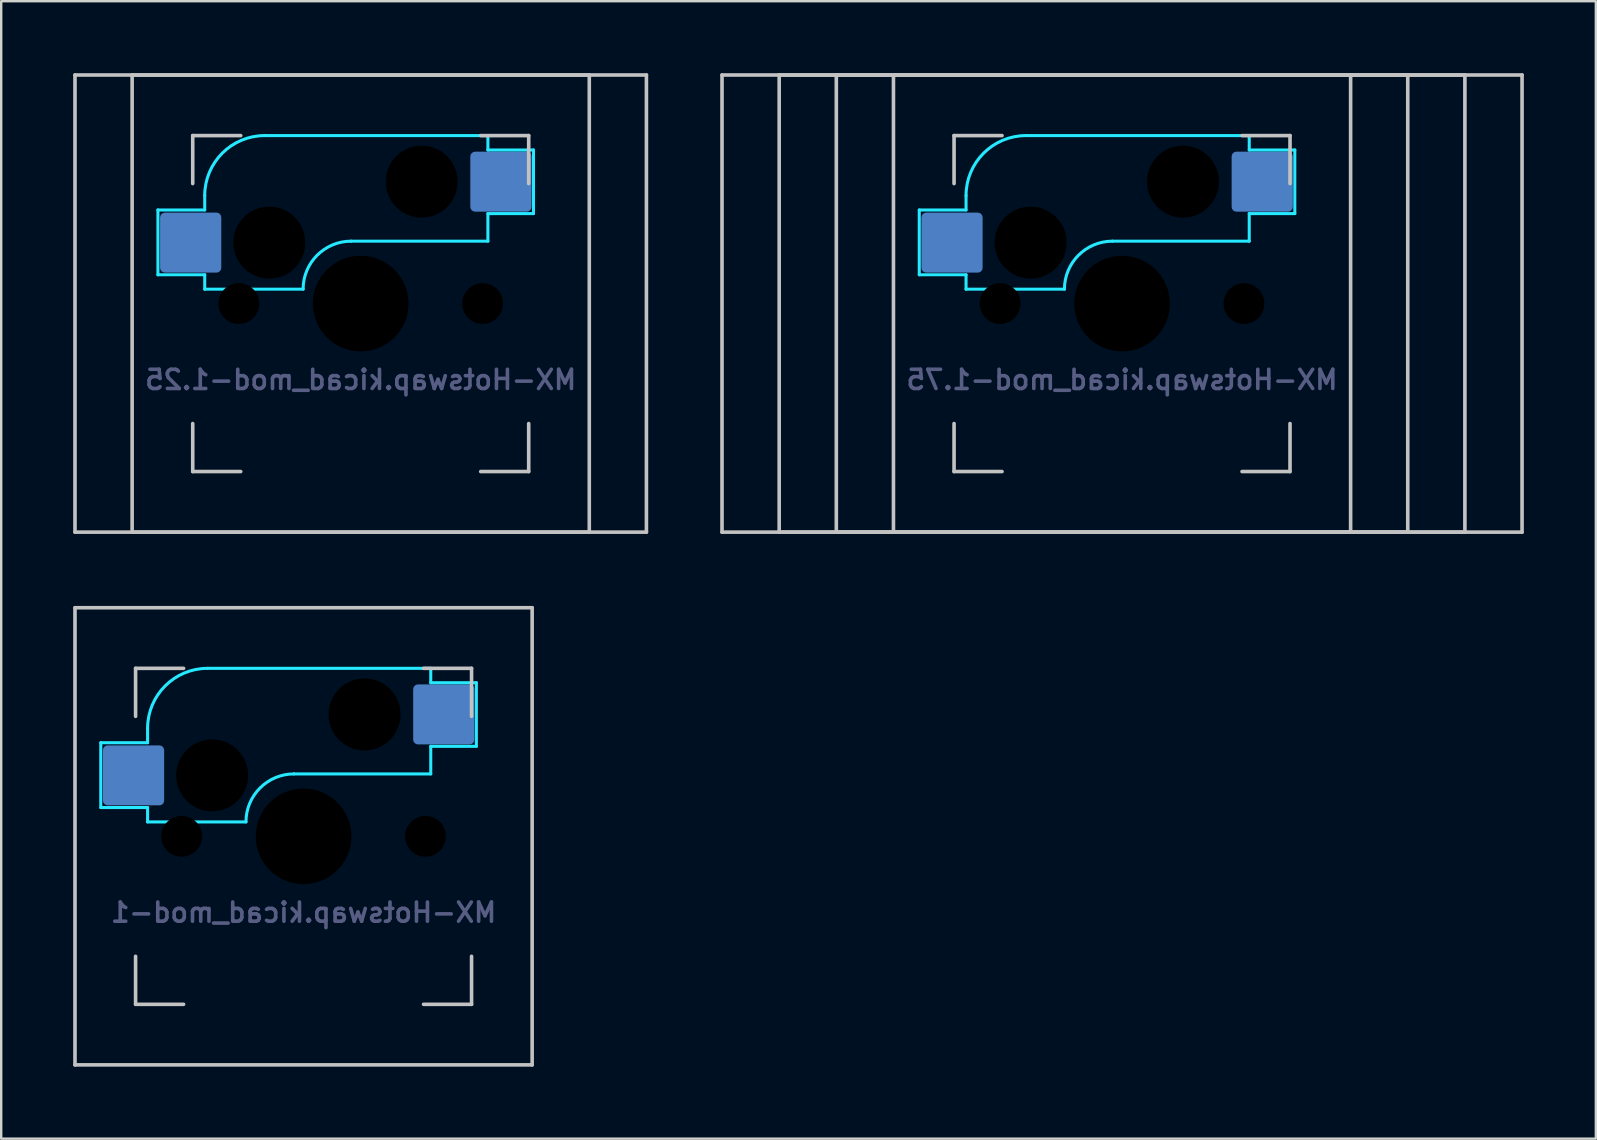
<source format=kicad_pcb>
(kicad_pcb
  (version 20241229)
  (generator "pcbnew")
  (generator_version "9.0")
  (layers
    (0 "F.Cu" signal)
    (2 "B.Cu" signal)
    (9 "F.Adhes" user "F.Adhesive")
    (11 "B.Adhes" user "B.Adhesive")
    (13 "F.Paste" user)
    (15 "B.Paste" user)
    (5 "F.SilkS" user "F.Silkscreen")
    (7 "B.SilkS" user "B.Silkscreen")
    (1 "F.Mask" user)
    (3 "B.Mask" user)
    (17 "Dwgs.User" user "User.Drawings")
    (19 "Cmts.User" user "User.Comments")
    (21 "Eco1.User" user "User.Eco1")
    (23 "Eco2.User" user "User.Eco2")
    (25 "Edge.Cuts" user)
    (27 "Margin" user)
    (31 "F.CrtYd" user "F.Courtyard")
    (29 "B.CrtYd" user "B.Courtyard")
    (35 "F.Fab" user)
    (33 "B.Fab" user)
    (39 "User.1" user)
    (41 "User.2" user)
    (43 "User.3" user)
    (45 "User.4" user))
  (footprint "MX-Hotswap.kicad_mod-1"
    (layer "F.Cu")
    (at 9.6 31.8)
    (property "Reference" "MX-Hotswap.kicad_mod-1" (at 0 3.175 0) (layer "B.Fab") (effects (font (size 0.8 0.8) (thickness 0.15)) (justify mirror)))
    (attr smd)
    (fp_line (start -9.525 9.525) (end -9.525 -9.525) (stroke (width 0.15) (type solid)) (layer "Dwgs.User"))
    (fp_line (start -7 -7) (end -7 -5) (stroke (width 0.15) (type solid)) (layer "Dwgs.User"))
    (fp_line (start -7 5) (end -7 7) (stroke (width 0.15) (type solid)) (layer "Dwgs.User"))
    (fp_line (start -7 7) (end -5 7) (stroke (width 0.15) (type solid)) (layer "Dwgs.User"))
    (fp_line (start -5 -7) (end -7 -7) (stroke (width 0.15) (type solid)) (layer "Dwgs.User"))
    (fp_line (start 5 -7) (end 7 -7) (stroke (width 0.15) (type solid)) (layer "Dwgs.User"))
    (fp_line (start 5 7) (end 7 7) (stroke (width 0.15) (type solid)) (layer "Dwgs.User"))
    (fp_line (start 7 -7) (end 7 -5) (stroke (width 0.15) (type solid)) (layer "Dwgs.User"))
    (fp_line (start 7 7) (end 7 5) (stroke (width 0.15) (type solid)) (layer "Dwgs.User"))
    (fp_line (start 9.525 -9.525) (end -9.525 -9.525) (stroke (width 0.15) (type solid)) (layer "Dwgs.User"))
    (fp_line (start 9.525 9.525) (end -9.525 9.525) (stroke (width 0.15) (type solid)) (layer "Dwgs.User"))
    (fp_line (start 9.525 9.525) (end 9.525 -9.525) (stroke (width 0.15) (type solid)) (layer "Dwgs.User"))
    (fp_line (start -8.45 -3.9) (end -8.45 -1.2) (stroke (width 0.127) (type solid)) (layer "B.CrtYd"))
    (fp_line (start -8.45 -1.2) (end -6.5 -1.2) (stroke (width 0.127) (type solid)) (layer "B.CrtYd"))
    (fp_line (start -6.5 -4.5) (end -6.5 -3.9) (stroke (width 0.127) (type solid)) (layer "B.CrtYd"))
    (fp_line (start -6.5 -3.9) (end -8.45 -3.9) (stroke (width 0.127) (type solid)) (layer "B.CrtYd"))
    (fp_line (start -6.5 -0.6) (end -6.5 -1.2) (stroke (width 0.127) (type solid)) (layer "B.CrtYd"))
    (fp_line (start -6.5 -0.6) (end -2.4 -0.6) (stroke (width 0.127) (type solid)) (layer "B.CrtYd"))
    (fp_line (start -0.4 -2.6) (end 5.3 -2.6) (stroke (width 0.127) (type solid)) (layer "B.CrtYd"))
    (fp_line (start 5.3 -7) (end -4 -7) (stroke (width 0.127) (type solid)) (layer "B.CrtYd"))
    (fp_line (start 5.3 -7) (end 5.3 -6.4) (stroke (width 0.127) (type solid)) (layer "B.CrtYd"))
    (fp_line (start 5.3 -6.4) (end 7.2 -6.4) (stroke (width 0.127) (type solid)) (layer "B.CrtYd"))
    (fp_line (start 5.3 -2.6) (end 5.3 -3.75) (stroke (width 0.127) (type solid)) (layer "B.CrtYd"))
    (fp_line (start 7.2 -6.4) (end 7.2 -3.75) (stroke (width 0.127) (type solid)) (layer "B.CrtYd"))
    (fp_line (start 7.2 -3.75) (end 5.3 -3.75) (stroke (width 0.127) (type solid)) (layer "B.CrtYd"))
    (fp_arc (start -6.5 -4.5) (mid -5.767767 -6.267767) (end -4 -7) (stroke (width 0.127) (type solid)) (layer "B.CrtYd"))
    (fp_arc (start -2.4 -0.6) (mid -1.814214 -2.014214) (end -0.4 -2.6) (stroke (width 0.127) (type solid)) (layer "B.CrtYd"))
    (pad "" np_thru_hole circle (at -5.08 0 48.099) (size 1.702 1.702) (drill 1.702) (layers "*.Mask"))
    (pad "" np_thru_hole circle (at -3.81 -2.54) (size 3 3) (drill 3) (layers "*.Mask"))
    (pad "" np_thru_hole circle (at 0 0) (size 3.988 3.988) (drill 3.988) (layers "*.Mask"))
    (pad "" np_thru_hole circle (at 2.54 -5.08) (size 3 3) (drill 3) (layers "*.Mask"))
    (pad "" np_thru_hole circle (at 5.08 0 48.099) (size 1.702 1.702) (drill 1.702) (layers "*.Mask"))
    (pad "1" smd roundrect (at -7.085 -2.54) (size 2.55 2.5) (layers "B.Cu" "B.Mask" "B.Paste") (roundrect_rratio 0.08))
    (pad "2" smd roundrect (at 5.842 -5.08) (size 2.55 2.5) (layers "B.Cu" "B.Mask" "B.Paste") (roundrect_rratio 0.08)))
  (footprint "MX-Hotswap.kicad_mod-1.25"
    (layer "F.Cu")
    (at 11.981 9.6)
    (property "Reference" "MX-Hotswap.kicad_mod-1.25" (at 0 3.175 0) (layer "B.Fab") (effects (font (size 0.8 0.8) (thickness 0.15)) (justify mirror)))
    (attr smd)
    (fp_line (start -11.906 9.525) (end -11.906 -9.525) (stroke (width 0.15) (type solid)) (layer "Dwgs.User"))
    (fp_line (start -9.525 9.525) (end -9.525 -9.525) (stroke (width 0.15) (type solid)) (layer "Dwgs.User"))
    (fp_line (start -7 -7) (end -7 -5) (stroke (width 0.15) (type solid)) (layer "Dwgs.User"))
    (fp_line (start -7 5) (end -7 7) (stroke (width 0.15) (type solid)) (layer "Dwgs.User"))
    (fp_line (start -7 7) (end -5 7) (stroke (width 0.15) (type solid)) (layer "Dwgs.User"))
    (fp_line (start -5 -7) (end -7 -7) (stroke (width 0.15) (type solid)) (layer "Dwgs.User"))
    (fp_line (start 5 -7) (end 7 -7) (stroke (width 0.15) (type solid)) (layer "Dwgs.User"))
    (fp_line (start 5 7) (end 7 7) (stroke (width 0.15) (type solid)) (layer "Dwgs.User"))
    (fp_line (start 7 -7) (end 7 -5) (stroke (width 0.15) (type solid)) (layer "Dwgs.User"))
    (fp_line (start 7 7) (end 7 5) (stroke (width 0.15) (type solid)) (layer "Dwgs.User"))
    (fp_line (start 9.525 -9.525) (end -9.525 -9.525) (stroke (width 0.15) (type solid)) (layer "Dwgs.User"))
    (fp_line (start 9.525 9.525) (end -9.525 9.525) (stroke (width 0.15) (type solid)) (layer "Dwgs.User"))
    (fp_line (start 9.525 9.525) (end 9.525 -9.525) (stroke (width 0.15) (type solid)) (layer "Dwgs.User"))
    (fp_line (start 11.906 -9.525) (end -11.906 -9.525) (stroke (width 0.15) (type solid)) (layer "Dwgs.User"))
    (fp_line (start 11.906 9.525) (end -11.906 9.525) (stroke (width 0.15) (type solid)) (layer "Dwgs.User"))
    (fp_line (start 11.906 9.525) (end 11.906 -9.525) (stroke (width 0.15) (type solid)) (layer "Dwgs.User"))
    (fp_line (start -8.45 -3.9) (end -8.45 -1.2) (stroke (width 0.127) (type solid)) (layer "B.CrtYd"))
    (fp_line (start -8.45 -1.2) (end -6.5 -1.2) (stroke (width 0.127) (type solid)) (layer "B.CrtYd"))
    (fp_line (start -6.5 -4.5) (end -6.5 -3.9) (stroke (width 0.127) (type solid)) (layer "B.CrtYd"))
    (fp_line (start -6.5 -3.9) (end -8.45 -3.9) (stroke (width 0.127) (type solid)) (layer "B.CrtYd"))
    (fp_line (start -6.5 -0.6) (end -6.5 -1.2) (stroke (width 0.127) (type solid)) (layer "B.CrtYd"))
    (fp_line (start -6.5 -0.6) (end -2.4 -0.6) (stroke (width 0.127) (type solid)) (layer "B.CrtYd"))
    (fp_line (start -0.4 -2.6) (end 5.3 -2.6) (stroke (width 0.127) (type solid)) (layer "B.CrtYd"))
    (fp_line (start 5.3 -7) (end -4 -7) (stroke (width 0.127) (type solid)) (layer "B.CrtYd"))
    (fp_line (start 5.3 -7) (end 5.3 -6.4) (stroke (width 0.127) (type solid)) (layer "B.CrtYd"))
    (fp_line (start 5.3 -6.4) (end 7.2 -6.4) (stroke (width 0.127) (type solid)) (layer "B.CrtYd"))
    (fp_line (start 5.3 -2.6) (end 5.3 -3.75) (stroke (width 0.127) (type solid)) (layer "B.CrtYd"))
    (fp_line (start 7.2 -6.4) (end 7.2 -3.75) (stroke (width 0.127) (type solid)) (layer "B.CrtYd"))
    (fp_line (start 7.2 -3.75) (end 5.3 -3.75) (stroke (width 0.127) (type solid)) (layer "B.CrtYd"))
    (fp_arc (start -6.5 -4.5) (mid -5.767767 -6.267767) (end -4 -7) (stroke (width 0.127) (type solid)) (layer "B.CrtYd"))
    (fp_arc (start -2.4 -0.6) (mid -1.814214 -2.014214) (end -0.4 -2.6) (stroke (width 0.127) (type solid)) (layer "B.CrtYd"))
    (pad "" np_thru_hole circle (at -5.08 0 48.099) (size 1.702 1.702) (drill 1.702) (layers "*.Mask"))
    (pad "" np_thru_hole circle (at -3.81 -2.54) (size 3 3) (drill 3) (layers "*.Mask"))
    (pad "" np_thru_hole circle (at 0 0) (size 3.988 3.988) (drill 3.988) (layers "*.Mask"))
    (pad "" np_thru_hole circle (at 2.54 -5.08) (size 3 3) (drill 3) (layers "*.Mask"))
    (pad "" np_thru_hole circle (at 5.08 0 48.099) (size 1.702 1.702) (drill 1.702) (layers "*.Mask"))
    (pad "1" smd roundrect (at -7.085 -2.54) (size 2.55 2.5) (layers "B.Cu" "B.Mask" "B.Paste") (roundrect_rratio 0.08))
    (pad "2" smd roundrect (at 5.842 -5.08) (size 2.55 2.5) (layers "B.Cu" "B.Mask" "B.Paste") (roundrect_rratio 0.08)))
  (footprint "MX-Hotswap.kicad_mod-1.75"
    (layer "F.Cu")
    (at 43.706 9.6)
    (property "Reference" "MX-Hotswap.kicad_mod-1.75" (at 0 3.175 0) (layer "B.Fab") (effects (font (size 0.8 0.8) (thickness 0.15)) (justify mirror)))
    (attr smd)
    (fp_line (start -16.669 9.525) (end -16.669 -9.525) (stroke (width 0.15) (type solid)) (layer "Dwgs.User"))
    (fp_line (start -14.287 9.525) (end -14.287 -9.525) (stroke (width 0.15) (type solid)) (layer "Dwgs.User"))
    (fp_line (start -11.906 9.525) (end -11.906 -9.525) (stroke (width 0.15) (type solid)) (layer "Dwgs.User"))
    (fp_line (start -9.525 9.525) (end -9.525 -9.525) (stroke (width 0.15) (type solid)) (layer "Dwgs.User"))
    (fp_line (start -7 -7) (end -7 -5) (stroke (width 0.15) (type solid)) (layer "Dwgs.User"))
    (fp_line (start -7 5) (end -7 7) (stroke (width 0.15) (type solid)) (layer "Dwgs.User"))
    (fp_line (start -7 7) (end -5 7) (stroke (width 0.15) (type solid)) (layer "Dwgs.User"))
    (fp_line (start -5 -7) (end -7 -7) (stroke (width 0.15) (type solid)) (layer "Dwgs.User"))
    (fp_line (start 5 -7) (end 7 -7) (stroke (width 0.15) (type solid)) (layer "Dwgs.User"))
    (fp_line (start 5 7) (end 7 7) (stroke (width 0.15) (type solid)) (layer "Dwgs.User"))
    (fp_line (start 7 -7) (end 7 -5) (stroke (width 0.15) (type solid)) (layer "Dwgs.User"))
    (fp_line (start 7 7) (end 7 5) (stroke (width 0.15) (type solid)) (layer "Dwgs.User"))
    (fp_line (start 9.525 -9.525) (end -9.525 -9.525) (stroke (width 0.15) (type solid)) (layer "Dwgs.User"))
    (fp_line (start 9.525 9.525) (end -9.525 9.525) (stroke (width 0.15) (type solid)) (layer "Dwgs.User"))
    (fp_line (start 9.525 9.525) (end 9.525 -9.525) (stroke (width 0.15) (type solid)) (layer "Dwgs.User"))
    (fp_line (start 11.906 -9.525) (end -11.906 -9.525) (stroke (width 0.15) (type solid)) (layer "Dwgs.User"))
    (fp_line (start 11.906 9.525) (end -11.906 9.525) (stroke (width 0.15) (type solid)) (layer "Dwgs.User"))
    (fp_line (start 11.906 9.525) (end 11.906 -9.525) (stroke (width 0.15) (type solid)) (layer "Dwgs.User"))
    (fp_line (start 14.287 -9.525) (end -14.287 -9.525) (stroke (width 0.15) (type solid)) (layer "Dwgs.User"))
    (fp_line (start 14.287 9.525) (end -14.287 9.525) (stroke (width 0.15) (type solid)) (layer "Dwgs.User"))
    (fp_line (start 14.287 9.525) (end 14.287 -9.525) (stroke (width 0.15) (type solid)) (layer "Dwgs.User"))
    (fp_line (start 16.669 -9.525) (end -16.669 -9.525) (stroke (width 0.15) (type solid)) (layer "Dwgs.User"))
    (fp_line (start 16.669 9.525) (end -16.669 9.525) (stroke (width 0.15) (type solid)) (layer "Dwgs.User"))
    (fp_line (start 16.669 9.525) (end 16.669 -9.525) (stroke (width 0.15) (type solid)) (layer "Dwgs.User"))
    (fp_line (start -8.45 -3.9) (end -8.45 -1.2) (stroke (width 0.127) (type solid)) (layer "B.CrtYd"))
    (fp_line (start -8.45 -1.2) (end -6.5 -1.2) (stroke (width 0.127) (type solid)) (layer "B.CrtYd"))
    (fp_line (start -6.5 -4.5) (end -6.5 -3.9) (stroke (width 0.127) (type solid)) (layer "B.CrtYd"))
    (fp_line (start -6.5 -3.9) (end -8.45 -3.9) (stroke (width 0.127) (type solid)) (layer "B.CrtYd"))
    (fp_line (start -6.5 -0.6) (end -6.5 -1.2) (stroke (width 0.127) (type solid)) (layer "B.CrtYd"))
    (fp_line (start -6.5 -0.6) (end -2.4 -0.6) (stroke (width 0.127) (type solid)) (layer "B.CrtYd"))
    (fp_line (start -0.4 -2.6) (end 5.3 -2.6) (stroke (width 0.127) (type solid)) (layer "B.CrtYd"))
    (fp_line (start 5.3 -7) (end -4 -7) (stroke (width 0.127) (type solid)) (layer "B.CrtYd"))
    (fp_line (start 5.3 -7) (end 5.3 -6.4) (stroke (width 0.127) (type solid)) (layer "B.CrtYd"))
    (fp_line (start 5.3 -6.4) (end 7.2 -6.4) (stroke (width 0.127) (type solid)) (layer "B.CrtYd"))
    (fp_line (start 5.3 -2.6) (end 5.3 -3.75) (stroke (width 0.127) (type solid)) (layer "B.CrtYd"))
    (fp_line (start 7.2 -6.4) (end 7.2 -3.75) (stroke (width 0.127) (type solid)) (layer "B.CrtYd"))
    (fp_line (start 7.2 -3.75) (end 5.3 -3.75) (stroke (width 0.127) (type solid)) (layer "B.CrtYd"))
    (fp_arc (start -6.5 -4.5) (mid -5.767767 -6.267767) (end -4 -7) (stroke (width 0.127) (type solid)) (layer "B.CrtYd"))
    (fp_arc (start -2.4 -0.6) (mid -1.814214 -2.014214) (end -0.4 -2.6) (stroke (width 0.127) (type solid)) (layer "B.CrtYd"))
    (pad "" np_thru_hole circle (at -5.08 0 48.099) (size 1.702 1.702) (drill 1.702) (layers "*.Mask"))
    (pad "" np_thru_hole circle (at -3.81 -2.54) (size 3 3) (drill 3) (layers "*.Mask"))
    (pad "" np_thru_hole circle (at 0 0) (size 3.988 3.988) (drill 3.988) (layers "*.Mask"))
    (pad "" np_thru_hole circle (at 2.54 -5.08) (size 3 3) (drill 3) (layers "*.Mask"))
    (pad "" np_thru_hole circle (at 5.08 0 48.099) (size 1.702 1.702) (drill 1.702) (layers "*.Mask"))
    (pad "1" smd roundrect (at -7.085 -2.54) (size 2.55 2.5) (layers "B.Cu" "B.Mask" "B.Paste") (roundrect_rratio 0.08))
    (pad "2" smd roundrect (at 5.842 -5.08) (size 2.55 2.5) (layers "B.Cu" "B.Mask" "B.Paste") (roundrect_rratio 0.08)))
  (gr_rect
    (start -3 -3)
    (end 63.45 44.4)
    (stroke (width 0.1) (type default))
    (fill no)
    (layer "Edge.Cuts")))
</source>
